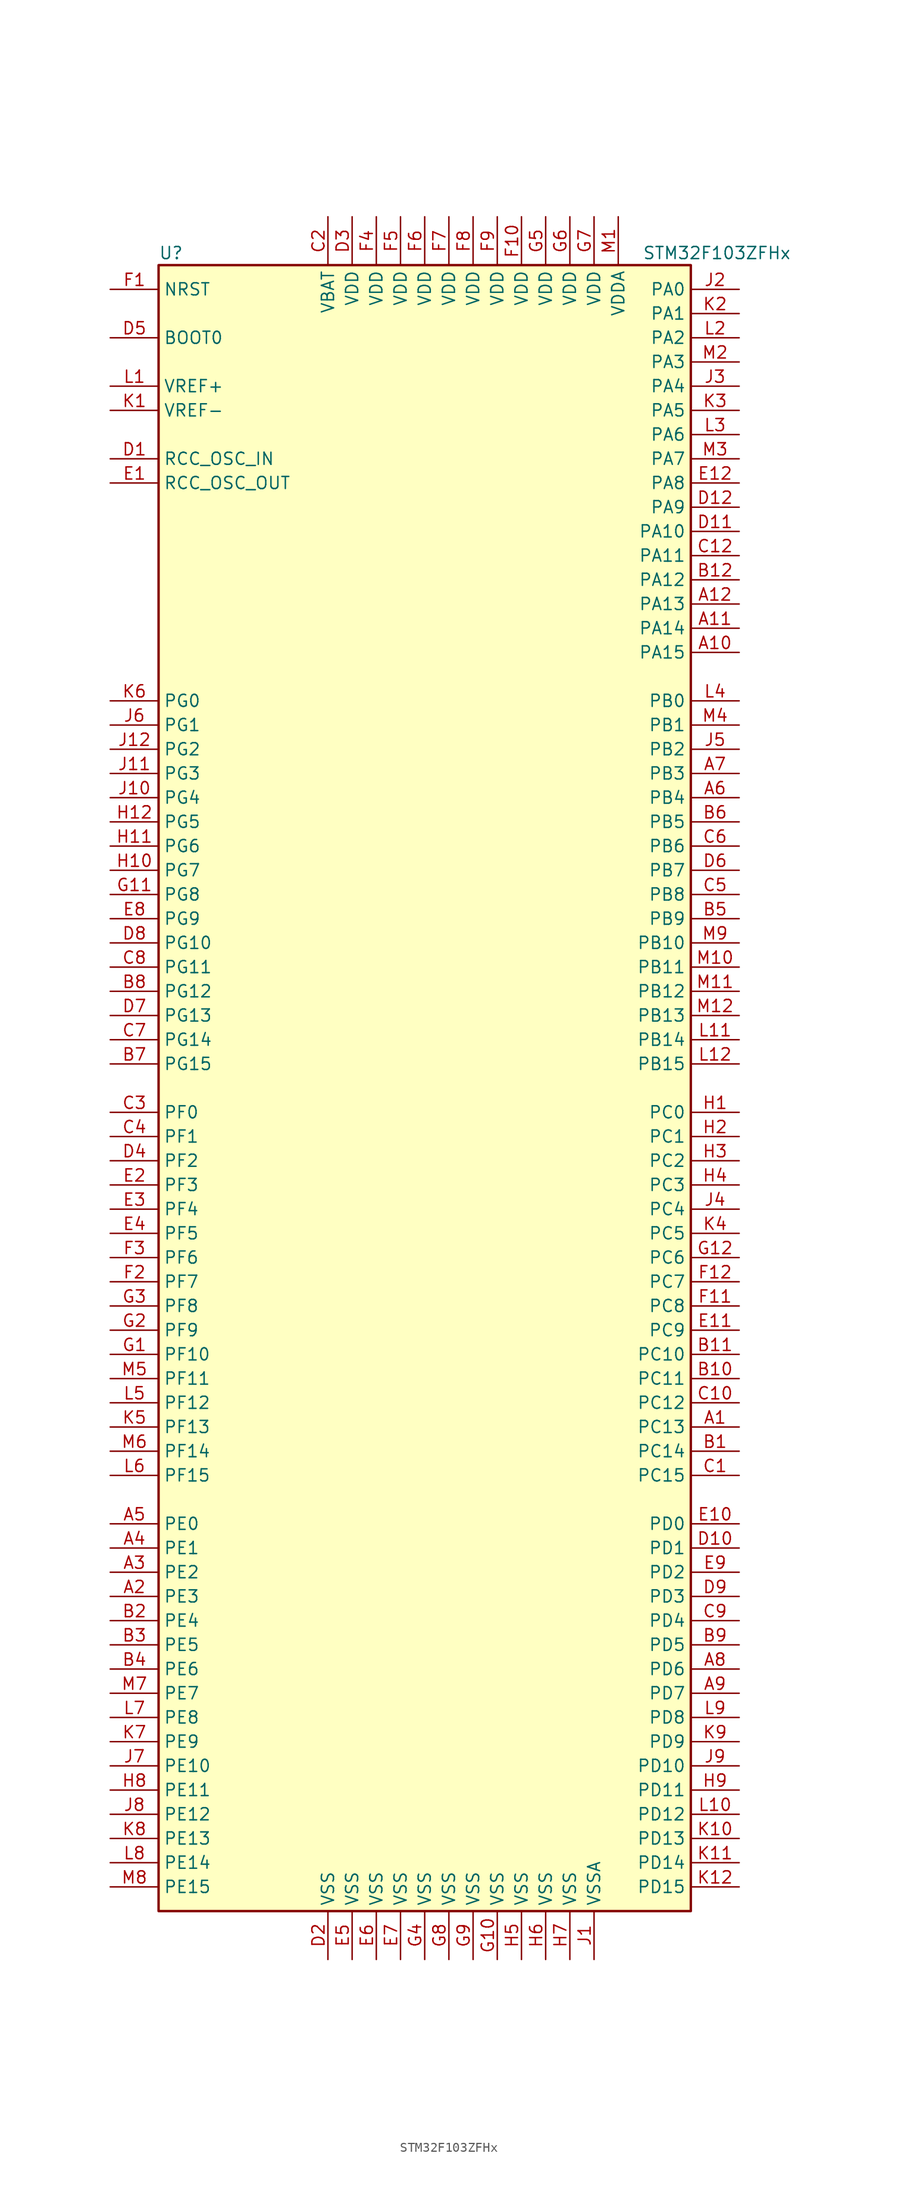
<source format=kicad_sym>
(kicad_symbol_lib
  (version 20200908)
  (generator kicad_symbol_editor)
  (symbol "MCU_ST_STM32F1:STM32F103ZFHx"
    (property "Reference" "U"
      (at -27.94 87.63 0)
      (effects (font (size 1.27 1.27)) (justify left)))
    (property "Value" "STM32F103ZFHx"
      (at 22.86 87.63 0)
      (effects (font (size 1.27 1.27)) (justify left)))
    (symbol "STM32F103ZFHx_0_1"
      (rectangle (start -27.94 -86.36) (end 27.94 86.36) (stroke (width 0.254)) (fill (type background))))
    (symbol "STM32F103ZFHx_1_1"
      (pin input line (at -33.02 78.74 0) (length 5.08) (name "BOOT0" (effects (font (size 1.27 1.27)))) (number "D5" (effects (font (size 1.27 1.27)))))
      (pin unconnected line (at -27.94 -83.82 0) (length 5.08) hide (name "NC" (effects (font (size 1.27 1.27)))) (number "C11" (effects (font (size 1.27 1.27)))))
      (pin input line (at -33.02 83.82 0) (length 5.08) (name "NRST" (effects (font (size 1.27 1.27)))) (number "F1" (effects (font (size 1.27 1.27)))))
      (pin bidirectional line (at 33.02 83.82 180) (length 5.08) (name "PA0" (effects (font (size 1.27 1.27)))) (number "J2" (effects (font (size 1.27 1.27)))))
      (pin bidirectional line (at 33.02 81.28 180) (length 5.08) (name "PA1" (effects (font (size 1.27 1.27)))) (number "K2" (effects (font (size 1.27 1.27)))))
      (pin bidirectional line (at 33.02 58.42 180) (length 5.08) (name "PA10" (effects (font (size 1.27 1.27)))) (number "D11" (effects (font (size 1.27 1.27)))))
      (pin bidirectional line (at 33.02 55.88 180) (length 5.08) (name "PA11" (effects (font (size 1.27 1.27)))) (number "C12" (effects (font (size 1.27 1.27)))))
      (pin bidirectional line (at 33.02 53.34 180) (length 5.08) (name "PA12" (effects (font (size 1.27 1.27)))) (number "B12" (effects (font (size 1.27 1.27)))))
      (pin bidirectional line (at 33.02 50.8 180) (length 5.08) (name "PA13" (effects (font (size 1.27 1.27)))) (number "A12" (effects (font (size 1.27 1.27)))))
      (pin bidirectional line (at 33.02 48.26 180) (length 5.08) (name "PA14" (effects (font (size 1.27 1.27)))) (number "A11" (effects (font (size 1.27 1.27)))))
      (pin bidirectional line (at 33.02 45.72 180) (length 5.08) (name "PA15" (effects (font (size 1.27 1.27)))) (number "A10" (effects (font (size 1.27 1.27)))))
      (pin bidirectional line (at 33.02 78.74 180) (length 5.08) (name "PA2" (effects (font (size 1.27 1.27)))) (number "L2" (effects (font (size 1.27 1.27)))))
      (pin bidirectional line (at 33.02 76.2 180) (length 5.08) (name "PA3" (effects (font (size 1.27 1.27)))) (number "M2" (effects (font (size 1.27 1.27)))))
      (pin bidirectional line (at 33.02 73.66 180) (length 5.08) (name "PA4" (effects (font (size 1.27 1.27)))) (number "J3" (effects (font (size 1.27 1.27)))))
      (pin bidirectional line (at 33.02 71.12 180) (length 5.08) (name "PA5" (effects (font (size 1.27 1.27)))) (number "K3" (effects (font (size 1.27 1.27)))))
      (pin bidirectional line (at 33.02 68.58 180) (length 5.08) (name "PA6" (effects (font (size 1.27 1.27)))) (number "L3" (effects (font (size 1.27 1.27)))))
      (pin bidirectional line (at 33.02 66.04 180) (length 5.08) (name "PA7" (effects (font (size 1.27 1.27)))) (number "M3" (effects (font (size 1.27 1.27)))))
      (pin bidirectional line (at 33.02 63.5 180) (length 5.08) (name "PA8" (effects (font (size 1.27 1.27)))) (number "E12" (effects (font (size 1.27 1.27)))))
      (pin bidirectional line (at 33.02 60.96 180) (length 5.08) (name "PA9" (effects (font (size 1.27 1.27)))) (number "D12" (effects (font (size 1.27 1.27)))))
      (pin bidirectional line (at 33.02 40.64 180) (length 5.08) (name "PB0" (effects (font (size 1.27 1.27)))) (number "L4" (effects (font (size 1.27 1.27)))))
      (pin bidirectional line (at 33.02 38.1 180) (length 5.08) (name "PB1" (effects (font (size 1.27 1.27)))) (number "M4" (effects (font (size 1.27 1.27)))))
      (pin bidirectional line (at 33.02 15.24 180) (length 5.08) (name "PB10" (effects (font (size 1.27 1.27)))) (number "M9" (effects (font (size 1.27 1.27)))))
      (pin bidirectional line (at 33.02 12.7 180) (length 5.08) (name "PB11" (effects (font (size 1.27 1.27)))) (number "M10" (effects (font (size 1.27 1.27)))))
      (pin bidirectional line (at 33.02 10.16 180) (length 5.08) (name "PB12" (effects (font (size 1.27 1.27)))) (number "M11" (effects (font (size 1.27 1.27)))))
      (pin bidirectional line (at 33.02 7.62 180) (length 5.08) (name "PB13" (effects (font (size 1.27 1.27)))) (number "M12" (effects (font (size 1.27 1.27)))))
      (pin bidirectional line (at 33.02 5.08 180) (length 5.08) (name "PB14" (effects (font (size 1.27 1.27)))) (number "L11" (effects (font (size 1.27 1.27)))))
      (pin bidirectional line (at 33.02 2.54 180) (length 5.08) (name "PB15" (effects (font (size 1.27 1.27)))) (number "L12" (effects (font (size 1.27 1.27)))))
      (pin bidirectional line (at 33.02 35.56 180) (length 5.08) (name "PB2" (effects (font (size 1.27 1.27)))) (number "J5" (effects (font (size 1.27 1.27)))))
      (pin bidirectional line (at 33.02 33.02 180) (length 5.08) (name "PB3" (effects (font (size 1.27 1.27)))) (number "A7" (effects (font (size 1.27 1.27)))))
      (pin bidirectional line (at 33.02 30.48 180) (length 5.08) (name "PB4" (effects (font (size 1.27 1.27)))) (number "A6" (effects (font (size 1.27 1.27)))))
      (pin bidirectional line (at 33.02 27.94 180) (length 5.08) (name "PB5" (effects (font (size 1.27 1.27)))) (number "B6" (effects (font (size 1.27 1.27)))))
      (pin bidirectional line (at 33.02 25.4 180) (length 5.08) (name "PB6" (effects (font (size 1.27 1.27)))) (number "C6" (effects (font (size 1.27 1.27)))))
      (pin bidirectional line (at 33.02 22.86 180) (length 5.08) (name "PB7" (effects (font (size 1.27 1.27)))) (number "D6" (effects (font (size 1.27 1.27)))))
      (pin bidirectional line (at 33.02 20.32 180) (length 5.08) (name "PB8" (effects (font (size 1.27 1.27)))) (number "C5" (effects (font (size 1.27 1.27)))))
      (pin bidirectional line (at 33.02 17.78 180) (length 5.08) (name "PB9" (effects (font (size 1.27 1.27)))) (number "B5" (effects (font (size 1.27 1.27)))))
      (pin bidirectional line (at 33.02 -2.54 180) (length 5.08) (name "PC0" (effects (font (size 1.27 1.27)))) (number "H1" (effects (font (size 1.27 1.27)))))
      (pin bidirectional line (at 33.02 -5.08 180) (length 5.08) (name "PC1" (effects (font (size 1.27 1.27)))) (number "H2" (effects (font (size 1.27 1.27)))))
      (pin bidirectional line (at 33.02 -27.94 180) (length 5.08) (name "PC10" (effects (font (size 1.27 1.27)))) (number "B11" (effects (font (size 1.27 1.27)))))
      (pin bidirectional line (at 33.02 -30.48 180) (length 5.08) (name "PC11" (effects (font (size 1.27 1.27)))) (number "B10" (effects (font (size 1.27 1.27)))))
      (pin bidirectional line (at 33.02 -33.02 180) (length 5.08) (name "PC12" (effects (font (size 1.27 1.27)))) (number "C10" (effects (font (size 1.27 1.27)))))
      (pin bidirectional line (at 33.02 -35.56 180) (length 5.08) (name "PC13" (effects (font (size 1.27 1.27)))) (number "A1" (effects (font (size 1.27 1.27)))))
      (pin bidirectional line (at 33.02 -38.1 180) (length 5.08) (name "PC14" (effects (font (size 1.27 1.27)))) (number "B1" (effects (font (size 1.27 1.27)))))
      (pin bidirectional line (at 33.02 -40.64 180) (length 5.08) (name "PC15" (effects (font (size 1.27 1.27)))) (number "C1" (effects (font (size 1.27 1.27)))))
      (pin bidirectional line (at 33.02 -7.62 180) (length 5.08) (name "PC2" (effects (font (size 1.27 1.27)))) (number "H3" (effects (font (size 1.27 1.27)))))
      (pin bidirectional line (at 33.02 -10.16 180) (length 5.08) (name "PC3" (effects (font (size 1.27 1.27)))) (number "H4" (effects (font (size 1.27 1.27)))))
      (pin bidirectional line (at 33.02 -12.7 180) (length 5.08) (name "PC4" (effects (font (size 1.27 1.27)))) (number "J4" (effects (font (size 1.27 1.27)))))
      (pin bidirectional line (at 33.02 -15.24 180) (length 5.08) (name "PC5" (effects (font (size 1.27 1.27)))) (number "K4" (effects (font (size 1.27 1.27)))))
      (pin bidirectional line (at 33.02 -17.78 180) (length 5.08) (name "PC6" (effects (font (size 1.27 1.27)))) (number "G12" (effects (font (size 1.27 1.27)))))
      (pin bidirectional line (at 33.02 -20.32 180) (length 5.08) (name "PC7" (effects (font (size 1.27 1.27)))) (number "F12" (effects (font (size 1.27 1.27)))))
      (pin bidirectional line (at 33.02 -22.86 180) (length 5.08) (name "PC8" (effects (font (size 1.27 1.27)))) (number "F11" (effects (font (size 1.27 1.27)))))
      (pin bidirectional line (at 33.02 -25.4 180) (length 5.08) (name "PC9" (effects (font (size 1.27 1.27)))) (number "E11" (effects (font (size 1.27 1.27)))))
      (pin bidirectional line (at 33.02 -45.72 180) (length 5.08) (name "PD0" (effects (font (size 1.27 1.27)))) (number "E10" (effects (font (size 1.27 1.27)))))
      (pin bidirectional line (at 33.02 -48.26 180) (length 5.08) (name "PD1" (effects (font (size 1.27 1.27)))) (number "D10" (effects (font (size 1.27 1.27)))))
      (pin bidirectional line (at 33.02 -71.12 180) (length 5.08) (name "PD10" (effects (font (size 1.27 1.27)))) (number "J9" (effects (font (size 1.27 1.27)))))
      (pin bidirectional line (at 33.02 -73.66 180) (length 5.08) (name "PD11" (effects (font (size 1.27 1.27)))) (number "H9" (effects (font (size 1.27 1.27)))))
      (pin bidirectional line (at 33.02 -76.2 180) (length 5.08) (name "PD12" (effects (font (size 1.27 1.27)))) (number "L10" (effects (font (size 1.27 1.27)))))
      (pin bidirectional line (at 33.02 -78.74 180) (length 5.08) (name "PD13" (effects (font (size 1.27 1.27)))) (number "K10" (effects (font (size 1.27 1.27)))))
      (pin bidirectional line (at 33.02 -81.28 180) (length 5.08) (name "PD14" (effects (font (size 1.27 1.27)))) (number "K11" (effects (font (size 1.27 1.27)))))
      (pin bidirectional line (at 33.02 -83.82 180) (length 5.08) (name "PD15" (effects (font (size 1.27 1.27)))) (number "K12" (effects (font (size 1.27 1.27)))))
      (pin bidirectional line (at 33.02 -50.8 180) (length 5.08) (name "PD2" (effects (font (size 1.27 1.27)))) (number "E9" (effects (font (size 1.27 1.27)))))
      (pin bidirectional line (at 33.02 -53.34 180) (length 5.08) (name "PD3" (effects (font (size 1.27 1.27)))) (number "D9" (effects (font (size 1.27 1.27)))))
      (pin bidirectional line (at 33.02 -55.88 180) (length 5.08) (name "PD4" (effects (font (size 1.27 1.27)))) (number "C9" (effects (font (size 1.27 1.27)))))
      (pin bidirectional line (at 33.02 -58.42 180) (length 5.08) (name "PD5" (effects (font (size 1.27 1.27)))) (number "B9" (effects (font (size 1.27 1.27)))))
      (pin bidirectional line (at 33.02 -60.96 180) (length 5.08) (name "PD6" (effects (font (size 1.27 1.27)))) (number "A8" (effects (font (size 1.27 1.27)))))
      (pin bidirectional line (at 33.02 -63.5 180) (length 5.08) (name "PD7" (effects (font (size 1.27 1.27)))) (number "A9" (effects (font (size 1.27 1.27)))))
      (pin bidirectional line (at 33.02 -66.04 180) (length 5.08) (name "PD8" (effects (font (size 1.27 1.27)))) (number "L9" (effects (font (size 1.27 1.27)))))
      (pin bidirectional line (at 33.02 -68.58 180) (length 5.08) (name "PD9" (effects (font (size 1.27 1.27)))) (number "K9" (effects (font (size 1.27 1.27)))))
      (pin bidirectional line (at -33.02 -45.72 0) (length 5.08) (name "PE0" (effects (font (size 1.27 1.27)))) (number "A5" (effects (font (size 1.27 1.27)))))
      (pin bidirectional line (at -33.02 -48.26 0) (length 5.08) (name "PE1" (effects (font (size 1.27 1.27)))) (number "A4" (effects (font (size 1.27 1.27)))))
      (pin bidirectional line (at -33.02 -71.12 0) (length 5.08) (name "PE10" (effects (font (size 1.27 1.27)))) (number "J7" (effects (font (size 1.27 1.27)))))
      (pin bidirectional line (at -33.02 -73.66 0) (length 5.08) (name "PE11" (effects (font (size 1.27 1.27)))) (number "H8" (effects (font (size 1.27 1.27)))))
      (pin bidirectional line (at -33.02 -76.2 0) (length 5.08) (name "PE12" (effects (font (size 1.27 1.27)))) (number "J8" (effects (font (size 1.27 1.27)))))
      (pin bidirectional line (at -33.02 -78.74 0) (length 5.08) (name "PE13" (effects (font (size 1.27 1.27)))) (number "K8" (effects (font (size 1.27 1.27)))))
      (pin bidirectional line (at -33.02 -81.28 0) (length 5.08) (name "PE14" (effects (font (size 1.27 1.27)))) (number "L8" (effects (font (size 1.27 1.27)))))
      (pin bidirectional line (at -33.02 -83.82 0) (length 5.08) (name "PE15" (effects (font (size 1.27 1.27)))) (number "M8" (effects (font (size 1.27 1.27)))))
      (pin bidirectional line (at -33.02 -50.8 0) (length 5.08) (name "PE2" (effects (font (size 1.27 1.27)))) (number "A3" (effects (font (size 1.27 1.27)))))
      (pin bidirectional line (at -33.02 -53.34 0) (length 5.08) (name "PE3" (effects (font (size 1.27 1.27)))) (number "A2" (effects (font (size 1.27 1.27)))))
      (pin bidirectional line (at -33.02 -55.88 0) (length 5.08) (name "PE4" (effects (font (size 1.27 1.27)))) (number "B2" (effects (font (size 1.27 1.27)))))
      (pin bidirectional line (at -33.02 -58.42 0) (length 5.08) (name "PE5" (effects (font (size 1.27 1.27)))) (number "B3" (effects (font (size 1.27 1.27)))))
      (pin bidirectional line (at -33.02 -60.96 0) (length 5.08) (name "PE6" (effects (font (size 1.27 1.27)))) (number "B4" (effects (font (size 1.27 1.27)))))
      (pin bidirectional line (at -33.02 -63.5 0) (length 5.08) (name "PE7" (effects (font (size 1.27 1.27)))) (number "M7" (effects (font (size 1.27 1.27)))))
      (pin bidirectional line (at -33.02 -66.04 0) (length 5.08) (name "PE8" (effects (font (size 1.27 1.27)))) (number "L7" (effects (font (size 1.27 1.27)))))
      (pin bidirectional line (at -33.02 -68.58 0) (length 5.08) (name "PE9" (effects (font (size 1.27 1.27)))) (number "K7" (effects (font (size 1.27 1.27)))))
      (pin bidirectional line (at -33.02 -2.54 0) (length 5.08) (name "PF0" (effects (font (size 1.27 1.27)))) (number "C3" (effects (font (size 1.27 1.27)))))
      (pin bidirectional line (at -33.02 -5.08 0) (length 5.08) (name "PF1" (effects (font (size 1.27 1.27)))) (number "C4" (effects (font (size 1.27 1.27)))))
      (pin bidirectional line (at -33.02 -27.94 0) (length 5.08) (name "PF10" (effects (font (size 1.27 1.27)))) (number "G1" (effects (font (size 1.27 1.27)))))
      (pin bidirectional line (at -33.02 -30.48 0) (length 5.08) (name "PF11" (effects (font (size 1.27 1.27)))) (number "M5" (effects (font (size 1.27 1.27)))))
      (pin bidirectional line (at -33.02 -33.02 0) (length 5.08) (name "PF12" (effects (font (size 1.27 1.27)))) (number "L5" (effects (font (size 1.27 1.27)))))
      (pin bidirectional line (at -33.02 -35.56 0) (length 5.08) (name "PF13" (effects (font (size 1.27 1.27)))) (number "K5" (effects (font (size 1.27 1.27)))))
      (pin bidirectional line (at -33.02 -38.1 0) (length 5.08) (name "PF14" (effects (font (size 1.27 1.27)))) (number "M6" (effects (font (size 1.27 1.27)))))
      (pin bidirectional line (at -33.02 -40.64 0) (length 5.08) (name "PF15" (effects (font (size 1.27 1.27)))) (number "L6" (effects (font (size 1.27 1.27)))))
      (pin bidirectional line (at -33.02 -7.62 0) (length 5.08) (name "PF2" (effects (font (size 1.27 1.27)))) (number "D4" (effects (font (size 1.27 1.27)))))
      (pin bidirectional line (at -33.02 -10.16 0) (length 5.08) (name "PF3" (effects (font (size 1.27 1.27)))) (number "E2" (effects (font (size 1.27 1.27)))))
      (pin bidirectional line (at -33.02 -12.7 0) (length 5.08) (name "PF4" (effects (font (size 1.27 1.27)))) (number "E3" (effects (font (size 1.27 1.27)))))
      (pin bidirectional line (at -33.02 -15.24 0) (length 5.08) (name "PF5" (effects (font (size 1.27 1.27)))) (number "E4" (effects (font (size 1.27 1.27)))))
      (pin bidirectional line (at -33.02 -17.78 0) (length 5.08) (name "PF6" (effects (font (size 1.27 1.27)))) (number "F3" (effects (font (size 1.27 1.27)))))
      (pin bidirectional line (at -33.02 -20.32 0) (length 5.08) (name "PF7" (effects (font (size 1.27 1.27)))) (number "F2" (effects (font (size 1.27 1.27)))))
      (pin bidirectional line (at -33.02 -22.86 0) (length 5.08) (name "PF8" (effects (font (size 1.27 1.27)))) (number "G3" (effects (font (size 1.27 1.27)))))
      (pin bidirectional line (at -33.02 -25.4 0) (length 5.08) (name "PF9" (effects (font (size 1.27 1.27)))) (number "G2" (effects (font (size 1.27 1.27)))))
      (pin bidirectional line (at -33.02 40.64 0) (length 5.08) (name "PG0" (effects (font (size 1.27 1.27)))) (number "K6" (effects (font (size 1.27 1.27)))))
      (pin bidirectional line (at -33.02 38.1 0) (length 5.08) (name "PG1" (effects (font (size 1.27 1.27)))) (number "J6" (effects (font (size 1.27 1.27)))))
      (pin bidirectional line (at -33.02 15.24 0) (length 5.08) (name "PG10" (effects (font (size 1.27 1.27)))) (number "D8" (effects (font (size 1.27 1.27)))))
      (pin bidirectional line (at -33.02 12.7 0) (length 5.08) (name "PG11" (effects (font (size 1.27 1.27)))) (number "C8" (effects (font (size 1.27 1.27)))))
      (pin bidirectional line (at -33.02 10.16 0) (length 5.08) (name "PG12" (effects (font (size 1.27 1.27)))) (number "B8" (effects (font (size 1.27 1.27)))))
      (pin bidirectional line (at -33.02 7.62 0) (length 5.08) (name "PG13" (effects (font (size 1.27 1.27)))) (number "D7" (effects (font (size 1.27 1.27)))))
      (pin bidirectional line (at -33.02 5.08 0) (length 5.08) (name "PG14" (effects (font (size 1.27 1.27)))) (number "C7" (effects (font (size 1.27 1.27)))))
      (pin bidirectional line (at -33.02 2.54 0) (length 5.08) (name "PG15" (effects (font (size 1.27 1.27)))) (number "B7" (effects (font (size 1.27 1.27)))))
      (pin bidirectional line (at -33.02 35.56 0) (length 5.08) (name "PG2" (effects (font (size 1.27 1.27)))) (number "J12" (effects (font (size 1.27 1.27)))))
      (pin bidirectional line (at -33.02 33.02 0) (length 5.08) (name "PG3" (effects (font (size 1.27 1.27)))) (number "J11" (effects (font (size 1.27 1.27)))))
      (pin bidirectional line (at -33.02 30.48 0) (length 5.08) (name "PG4" (effects (font (size 1.27 1.27)))) (number "J10" (effects (font (size 1.27 1.27)))))
      (pin bidirectional line (at -33.02 27.94 0) (length 5.08) (name "PG5" (effects (font (size 1.27 1.27)))) (number "H12" (effects (font (size 1.27 1.27)))))
      (pin bidirectional line (at -33.02 25.4 0) (length 5.08) (name "PG6" (effects (font (size 1.27 1.27)))) (number "H11" (effects (font (size 1.27 1.27)))))
      (pin bidirectional line (at -33.02 22.86 0) (length 5.08) (name "PG7" (effects (font (size 1.27 1.27)))) (number "H10" (effects (font (size 1.27 1.27)))))
      (pin bidirectional line (at -33.02 20.32 0) (length 5.08) (name "PG8" (effects (font (size 1.27 1.27)))) (number "G11" (effects (font (size 1.27 1.27)))))
      (pin bidirectional line (at -33.02 17.78 0) (length 5.08) (name "PG9" (effects (font (size 1.27 1.27)))) (number "E8" (effects (font (size 1.27 1.27)))))
      (pin input line (at -33.02 66.04 0) (length 5.08) (name "RCC_OSC_IN" (effects (font (size 1.27 1.27)))) (number "D1" (effects (font (size 1.27 1.27)))))
      (pin input line (at -33.02 63.5 0) (length 5.08) (name "RCC_OSC_OUT" (effects (font (size 1.27 1.27)))) (number "E1" (effects (font (size 1.27 1.27)))))
      (pin power_in line (at -10.16 91.44 270) (length 5.08) (name "VBAT" (effects (font (size 1.27 1.27)))) (number "C2" (effects (font (size 1.27 1.27)))))
      (pin power_in line (at -7.62 91.44 270) (length 5.08) (name "VDD" (effects (font (size 1.27 1.27)))) (number "D3" (effects (font (size 1.27 1.27)))))
      (pin power_in line (at 10.16 91.44 270) (length 5.08) (name "VDD" (effects (font (size 1.27 1.27)))) (number "F10" (effects (font (size 1.27 1.27)))))
      (pin power_in line (at -5.08 91.44 270) (length 5.08) (name "VDD" (effects (font (size 1.27 1.27)))) (number "F4" (effects (font (size 1.27 1.27)))))
      (pin power_in line (at -2.54 91.44 270) (length 5.08) (name "VDD" (effects (font (size 1.27 1.27)))) (number "F5" (effects (font (size 1.27 1.27)))))
      (pin power_in line (at 0 91.44 270) (length 5.08) (name "VDD" (effects (font (size 1.27 1.27)))) (number "F6" (effects (font (size 1.27 1.27)))))
      (pin power_in line (at 2.54 91.44 270) (length 5.08) (name "VDD" (effects (font (size 1.27 1.27)))) (number "F7" (effects (font (size 1.27 1.27)))))
      (pin power_in line (at 5.08 91.44 270) (length 5.08) (name "VDD" (effects (font (size 1.27 1.27)))) (number "F8" (effects (font (size 1.27 1.27)))))
      (pin power_in line (at 7.62 91.44 270) (length 5.08) (name "VDD" (effects (font (size 1.27 1.27)))) (number "F9" (effects (font (size 1.27 1.27)))))
      (pin power_in line (at 12.7 91.44 270) (length 5.08) (name "VDD" (effects (font (size 1.27 1.27)))) (number "G5" (effects (font (size 1.27 1.27)))))
      (pin power_in line (at 15.24 91.44 270) (length 5.08) (name "VDD" (effects (font (size 1.27 1.27)))) (number "G6" (effects (font (size 1.27 1.27)))))
      (pin power_in line (at 17.78 91.44 270) (length 5.08) (name "VDD" (effects (font (size 1.27 1.27)))) (number "G7" (effects (font (size 1.27 1.27)))))
      (pin power_in line (at 20.32 91.44 270) (length 5.08) (name "VDDA" (effects (font (size 1.27 1.27)))) (number "M1" (effects (font (size 1.27 1.27)))))
      (pin power_in line (at -33.02 73.66 0) (length 5.08) (name "VREF+" (effects (font (size 1.27 1.27)))) (number "L1" (effects (font (size 1.27 1.27)))))
      (pin power_in line (at -33.02 71.12 0) (length 5.08) (name "VREF-" (effects (font (size 1.27 1.27)))) (number "K1" (effects (font (size 1.27 1.27)))))
      (pin power_in line (at -10.16 -91.44 90) (length 5.08) (name "VSS" (effects (font (size 1.27 1.27)))) (number "D2" (effects (font (size 1.27 1.27)))))
      (pin power_in line (at -7.62 -91.44 90) (length 5.08) (name "VSS" (effects (font (size 1.27 1.27)))) (number "E5" (effects (font (size 1.27 1.27)))))
      (pin power_in line (at -5.08 -91.44 90) (length 5.08) (name "VSS" (effects (font (size 1.27 1.27)))) (number "E6" (effects (font (size 1.27 1.27)))))
      (pin power_in line (at -2.54 -91.44 90) (length 5.08) (name "VSS" (effects (font (size 1.27 1.27)))) (number "E7" (effects (font (size 1.27 1.27)))))
      (pin power_in line (at 7.62 -91.44 90) (length 5.08) (name "VSS" (effects (font (size 1.27 1.27)))) (number "G10" (effects (font (size 1.27 1.27)))))
      (pin power_in line (at 0 -91.44 90) (length 5.08) (name "VSS" (effects (font (size 1.27 1.27)))) (number "G4" (effects (font (size 1.27 1.27)))))
      (pin power_in line (at 2.54 -91.44 90) (length 5.08) (name "VSS" (effects (font (size 1.27 1.27)))) (number "G8" (effects (font (size 1.27 1.27)))))
      (pin power_in line (at 5.08 -91.44 90) (length 5.08) (name "VSS" (effects (font (size 1.27 1.27)))) (number "G9" (effects (font (size 1.27 1.27)))))
      (pin power_in line (at 10.16 -91.44 90) (length 5.08) (name "VSS" (effects (font (size 1.27 1.27)))) (number "H5" (effects (font (size 1.27 1.27)))))
      (pin power_in line (at 12.7 -91.44 90) (length 5.08) (name "VSS" (effects (font (size 1.27 1.27)))) (number "H6" (effects (font (size 1.27 1.27)))))
      (pin power_in line (at 15.24 -91.44 90) (length 5.08) (name "VSS" (effects (font (size 1.27 1.27)))) (number "H7" (effects (font (size 1.27 1.27)))))
      (pin power_in line (at 17.78 -91.44 90) (length 5.08) (name "VSSA" (effects (font (size 1.27 1.27)))) (number "J1" (effects (font (size 1.27 1.27))))))))
</source>
